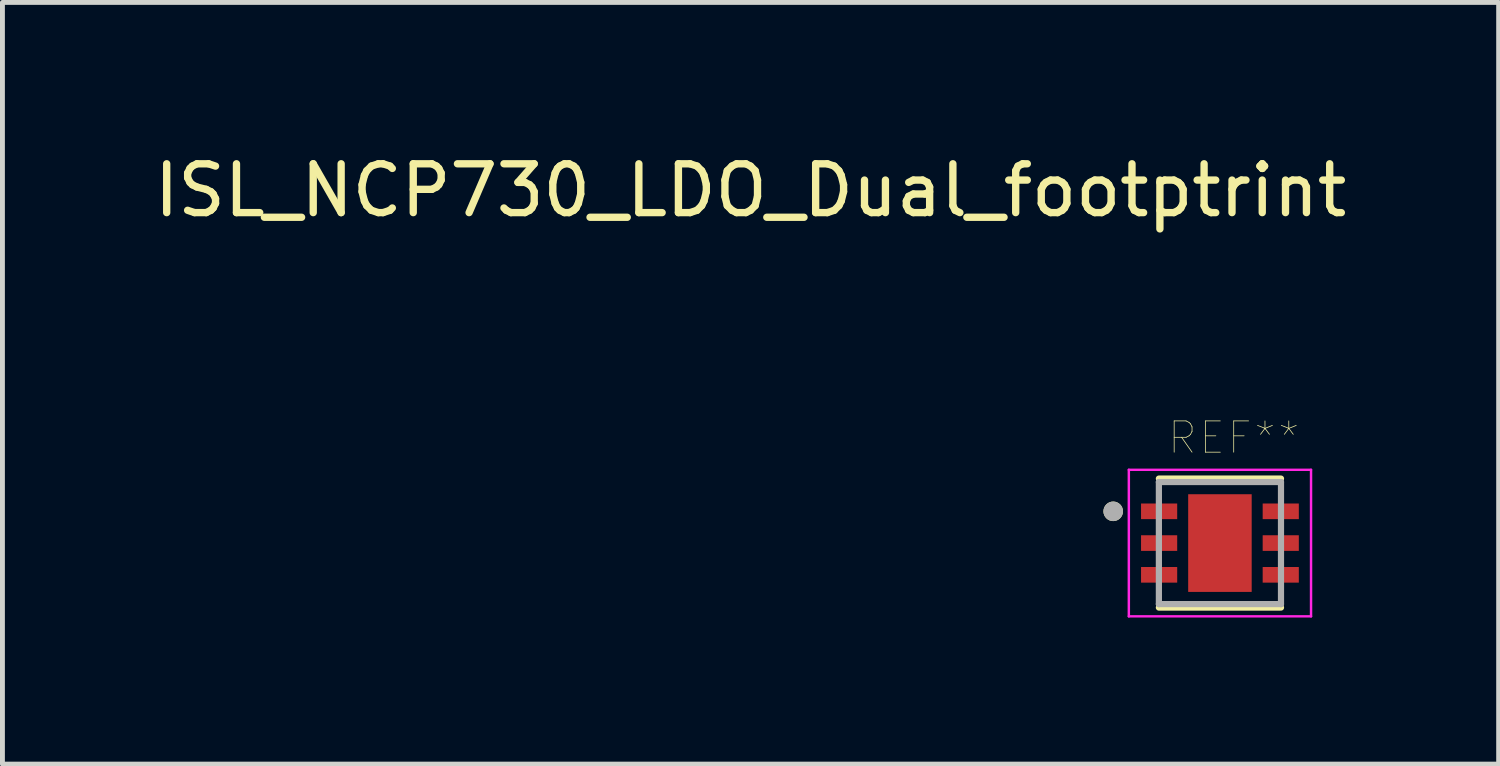
<source format=kicad_pcb>
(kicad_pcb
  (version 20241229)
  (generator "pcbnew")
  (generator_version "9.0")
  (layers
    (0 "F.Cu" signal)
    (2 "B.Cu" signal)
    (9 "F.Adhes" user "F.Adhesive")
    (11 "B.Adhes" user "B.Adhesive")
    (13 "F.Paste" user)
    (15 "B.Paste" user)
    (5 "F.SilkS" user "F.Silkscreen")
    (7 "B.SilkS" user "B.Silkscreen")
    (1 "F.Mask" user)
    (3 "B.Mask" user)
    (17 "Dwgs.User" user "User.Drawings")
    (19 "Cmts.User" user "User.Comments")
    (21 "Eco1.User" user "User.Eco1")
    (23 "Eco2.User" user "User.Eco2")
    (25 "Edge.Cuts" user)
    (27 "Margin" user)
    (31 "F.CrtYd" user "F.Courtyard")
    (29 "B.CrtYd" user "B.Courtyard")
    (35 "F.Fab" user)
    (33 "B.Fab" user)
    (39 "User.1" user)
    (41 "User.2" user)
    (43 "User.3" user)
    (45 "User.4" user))
  (footprint "ISL_NCP730_LDO_Dual_footptrint"
    (layer "F.Cu")
    (at 22.045 8.088)
    (property "Reference" "ISL_NCP730_LDO_Dual_footptrint" (at -9.73 -7.24 0) (layer "F.SilkS") (effects (font (size 1 1) (thickness 0.15))))
    (attr through_hole)
    (fp_line (start -1.37 -1.34) (end 1.13 -1.34) (stroke (width 0.127) (type solid)) (layer "F.SilkS"))
    (fp_line (start -1.37 1.3) (end 1.13 1.3) (stroke (width 0.127) (type solid)) (layer "F.SilkS"))
    (fp_circle (center -2.305 -0.67) (end -2.205 -0.67) (stroke (width 0.2) (type solid)) (fill no) (layer "F.SilkS"))
    (fp_poly (pts (xy -0.53 -0.65) (xy 0.29 -0.65) (xy 0.29 0.61) (xy -0.53 0.61)) (stroke (width 0.01) (type solid)) (fill yes) (layer "F.Paste"))
    (fp_line (start -1.985 -1.52) (end -1.985 1.48) (stroke (width 0.05) (type solid)) (layer "F.CrtYd"))
    (fp_line (start -1.985 -1.52) (end 1.745 -1.52) (stroke (width 0.05) (type solid)) (layer "F.CrtYd"))
    (fp_line (start -1.985 1.48) (end 1.745 1.48) (stroke (width 0.05) (type solid)) (layer "F.CrtYd"))
    (fp_line (start 1.745 -1.52) (end 1.745 1.48) (stroke (width 0.05) (type solid)) (layer "F.CrtYd"))
    (fp_line (start -1.37 -1.27) (end -1.37 1.23) (stroke (width 0.127) (type solid)) (layer "F.Fab"))
    (fp_line (start -1.37 -1.27) (end 1.13 -1.27) (stroke (width 0.127) (type solid)) (layer "F.Fab"))
    (fp_line (start -1.37 1.23) (end 1.13 1.23) (stroke (width 0.127) (type solid)) (layer "F.Fab"))
    (fp_line (start 1.13 -1.27) (end 1.13 1.23) (stroke (width 0.127) (type solid)) (layer "F.Fab"))
    (fp_circle (center -2.305 -0.67) (end -2.205 -0.67) (stroke (width 0.2) (type solid)) (fill no) (layer "F.Fab"))
    (fp_text user "REF**" (at 0.162 -2.176 0) (layer "F.SilkS") (effects (font (size 0.64 0.64) (thickness 0.015))))
    (pad "1" smd rect (at -1.365 -0.67) (size 0.74 0.32) (layers "F.Cu" "F.Mask" "F.Paste"))
    (pad "2" smd rect (at -1.365 -0.02) (size 0.74 0.32) (layers "F.Cu" "F.Mask" "F.Paste"))
    (pad "3" smd rect (at -1.365 0.63) (size 0.74 0.32) (layers "F.Cu" "F.Mask" "F.Paste"))
    (pad "4" smd rect (at 1.125 0.63) (size 0.74 0.32) (layers "F.Cu" "F.Mask" "F.Paste"))
    (pad "5" smd rect (at 1.125 -0.02) (size 0.74 0.32) (layers "F.Cu" "F.Mask" "F.Paste"))
    (pad "6" smd rect (at 1.125 -0.67) (size 0.74 0.32) (layers "F.Cu" "F.Mask" "F.Paste"))
    (pad "7" smd rect (at -0.12 -0.02) (size 1.3 2) (layers "F.Cu" "F.Mask")))
  (gr_rect
    (start -3 -3)
    (end 27.631 12.593)
    (stroke (width 0.1) (type default))
    (fill no)
    (layer "Edge.Cuts")))
</source>
